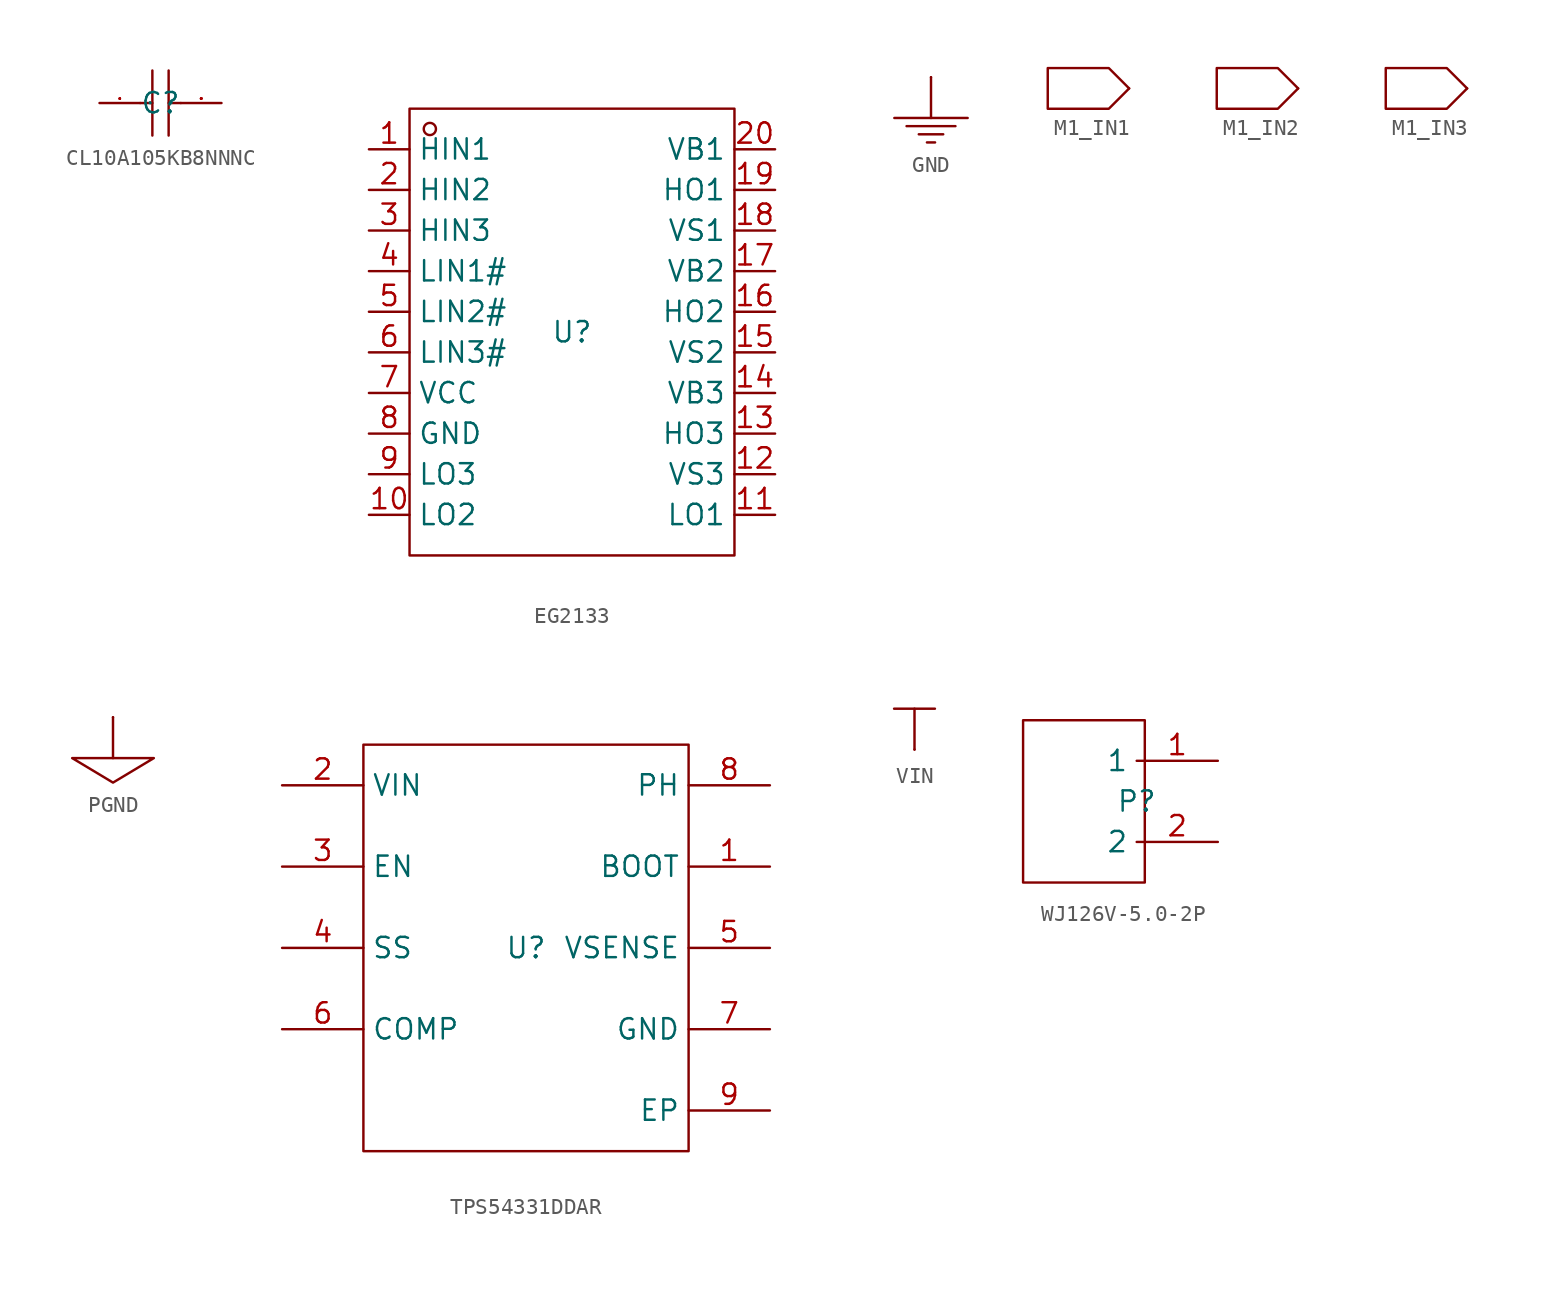
<source format=kicad_sym>
(kicad_symbol_lib
  (version 20231120)
  (generator "kicad_symbol_editor")
  (generator_version "8.0")
  (symbol "CL10A105KB8NNNC"
    (property "Reference" "C"
      (at 0 0 0)
      (effects (font (size 1.27 1.27))))
    (symbol "CL10A105KB8NNNC_1_0"
      (polyline (pts (xy -1.27 0) (xy -0.508 0)) (stroke (width 0) (type default)) (fill (type none)))
      (polyline (pts (xy -0.508 2.032) (xy -0.508 -2.032)) (stroke (width 0) (type default)) (fill (type none)))
      (polyline (pts (xy 0.508 0) (xy 1.27 0)) (stroke (width 0) (type default)) (fill (type none)))
      (polyline (pts (xy 0.508 2.032) (xy 0.508 -2.032)) (stroke (width 0) (type default)) (fill (type none)))
      (pin input line (at -3.81 0 0) (length 2.54) (name "1" (effects (font (size 0.025 0.025)))) (number "1" (effects (font (size 0.025 0.025)))))
      (pin input line (at 3.81 0 180) (length 2.54) (name "2" (effects (font (size 0.025 0.025)))) (number "2" (effects (font (size 0.025 0.025)))))))
  (symbol "EG2133"
    (property "Reference" "U"
      (at 0 0 0)
      (effects (font (size 1.27 1.27))))
    (property "Value" ""
      (at 0 0 0)
      (effects (font (size 1.27 1.27))))
    (symbol "EG2133_1_0"
      (rectangle (start -10.16 -13.97) (end 10.16 13.97) (stroke (width 0) (type default)) (fill (type none)))
      (circle (center -8.89 12.7) (radius 0.381) (stroke (width 0) (type default)) (fill (type none)))
      (pin input line (at -12.7 11.43 0) (length 2.54) (name "HIN1" (effects (font (size 1.27 1.27)))) (number "1" (effects (font (size 1.27 1.27)))))
      (pin input line (at -12.7 -11.43 0) (length 2.54) (name "LO2" (effects (font (size 1.27 1.27)))) (number "10" (effects (font (size 1.27 1.27)))))
      (pin input line (at 12.7 -11.43 180) (length 2.54) (name "LO1" (effects (font (size 1.27 1.27)))) (number "11" (effects (font (size 1.27 1.27)))))
      (pin input line (at 12.7 -8.89 180) (length 2.54) (name "VS3" (effects (font (size 1.27 1.27)))) (number "12" (effects (font (size 1.27 1.27)))))
      (pin input line (at 12.7 -6.35 180) (length 2.54) (name "HO3" (effects (font (size 1.27 1.27)))) (number "13" (effects (font (size 1.27 1.27)))))
      (pin input line (at 12.7 -3.81 180) (length 2.54) (name "VB3" (effects (font (size 1.27 1.27)))) (number "14" (effects (font (size 1.27 1.27)))))
      (pin input line (at 12.7 -1.27 180) (length 2.54) (name "VS2" (effects (font (size 1.27 1.27)))) (number "15" (effects (font (size 1.27 1.27)))))
      (pin input line (at 12.7 1.27 180) (length 2.54) (name "HO2" (effects (font (size 1.27 1.27)))) (number "16" (effects (font (size 1.27 1.27)))))
      (pin input line (at 12.7 3.81 180) (length 2.54) (name "VB2" (effects (font (size 1.27 1.27)))) (number "17" (effects (font (size 1.27 1.27)))))
      (pin input line (at 12.7 6.35 180) (length 2.54) (name "VS1" (effects (font (size 1.27 1.27)))) (number "18" (effects (font (size 1.27 1.27)))))
      (pin input line (at 12.7 8.89 180) (length 2.54) (name "HO1" (effects (font (size 1.27 1.27)))) (number "19" (effects (font (size 1.27 1.27)))))
      (pin input line (at -12.7 8.89 0) (length 2.54) (name "HIN2" (effects (font (size 1.27 1.27)))) (number "2" (effects (font (size 1.27 1.27)))))
      (pin input line (at 12.7 11.43 180) (length 2.54) (name "VB1" (effects (font (size 1.27 1.27)))) (number "20" (effects (font (size 1.27 1.27)))))
      (pin input line (at -12.7 6.35 0) (length 2.54) (name "HIN3" (effects (font (size 1.27 1.27)))) (number "3" (effects (font (size 1.27 1.27)))))
      (pin input line (at -12.7 3.81 0) (length 2.54) (name "LIN1#" (effects (font (size 1.27 1.27)))) (number "4" (effects (font (size 1.27 1.27)))))
      (pin input line (at -12.7 1.27 0) (length 2.54) (name "LIN2#" (effects (font (size 1.27 1.27)))) (number "5" (effects (font (size 1.27 1.27)))))
      (pin input line (at -12.7 -1.27 0) (length 2.54) (name "LIN3#" (effects (font (size 1.27 1.27)))) (number "6" (effects (font (size 1.27 1.27)))))
      (pin input line (at -12.7 -3.81 0) (length 2.54) (name "VCC" (effects (font (size 1.27 1.27)))) (number "7" (effects (font (size 1.27 1.27)))))
      (pin input line (at -12.7 -6.35 0) (length 2.54) (name "GND" (effects (font (size 1.27 1.27)))) (number "8" (effects (font (size 1.27 1.27)))))
      (pin input line (at -12.7 -8.89 0) (length 2.54) (name "LO3" (effects (font (size 1.27 1.27)))) (number "9" (effects (font (size 1.27 1.27)))))))
  (symbol "GND"
    (power)
    (pin_numbers hide)
    (pin_names hide)
    (property "Reference" "#PWR"
      (at 0 0 0)
      (effects (font (size 1.27 1.27)) (hide yes)))
    (symbol "GND_1_0"
      (polyline (pts (xy -2.286 -2.54) (xy 2.286 -2.54)) (stroke (width 0) (type default)) (fill (type none)))
      (polyline (pts (xy -1.524 -3.048) (xy 1.524 -3.048)) (stroke (width 0) (type default)) (fill (type none)))
      (polyline (pts (xy -0.762 -3.556) (xy 0.762 -3.556)) (stroke (width 0) (type default)) (fill (type none)))
      (polyline (pts (xy -0.254 -4.064) (xy 0.254 -4.064)) (stroke (width 0) (type default)) (fill (type none)))
      (polyline (pts (xy 0 -2.54) (xy 0 0)) (stroke (width 0) (type default)) (fill (type none)))
      (pin power_in line (at 0 0 0) (length 0) (name "" (effects (font (size 1.27 1.27)))) (number "" (effects (font (size 0.025 0.025)))))))
  (symbol "M1_IN1"
    (power)
    (pin_numbers hide)
    (pin_names hide)
    (property "Reference" "#PWR"
      (at 0 0 0)
      (effects (font (size 1.27 1.27)) (hide yes)))
    (property "Value" ""
      (at 0 0 0)
      (effects (font (size 1.27 1.27))))
    (symbol "M1_IN1_1_0"
      (polyline (pts (xy 0 0) (xy -1.27 -1.27) (xy -1.27 -1.27) (xy -5.08 -1.27) (xy -5.08 -1.27) (xy -5.08 1.27) (xy -5.08 1.27) (xy -1.27 1.27) (xy -1.27 1.27) (xy 0 0)) (stroke (width 0) (type default)) (fill (type none)))
      (pin input line (at 0 0 0) (length 0) (name "" (effects (font (size 0.025 0.025)))) (number "" (effects (font (size 0.025 0.025)))))))
  (symbol "M1_IN2"
    (power)
    (pin_numbers hide)
    (pin_names hide)
    (property "Reference" "#PWR"
      (at 0 0 0)
      (effects (font (size 1.27 1.27)) (hide yes)))
    (property "Value" ""
      (at 0 0 0)
      (effects (font (size 1.27 1.27))))
    (symbol "M1_IN2_1_0"
      (polyline (pts (xy 0 0) (xy -1.27 -1.27) (xy -1.27 -1.27) (xy -5.08 -1.27) (xy -5.08 -1.27) (xy -5.08 1.27) (xy -5.08 1.27) (xy -1.27 1.27) (xy -1.27 1.27) (xy 0 0)) (stroke (width 0) (type default)) (fill (type none)))
      (pin input line (at 0 0 0) (length 0) (name "" (effects (font (size 0.025 0.025)))) (number "" (effects (font (size 0.025 0.025)))))))
  (symbol "M1_IN3"
    (power)
    (pin_numbers hide)
    (pin_names hide)
    (property "Reference" "#PWR"
      (at 0 0 0)
      (effects (font (size 1.27 1.27)) (hide yes)))
    (property "Value" ""
      (at 0 0 0)
      (effects (font (size 1.27 1.27))))
    (symbol "M1_IN3_1_0"
      (polyline (pts (xy 0 0) (xy -1.27 -1.27) (xy -1.27 -1.27) (xy -5.08 -1.27) (xy -5.08 -1.27) (xy -5.08 1.27) (xy -5.08 1.27) (xy -1.27 1.27) (xy -1.27 1.27) (xy 0 0)) (stroke (width 0) (type default)) (fill (type none)))
      (pin input line (at 0 0 0) (length 0) (name "" (effects (font (size 0.025 0.025)))) (number "" (effects (font (size 0.025 0.025)))))))
  (symbol "PGND"
    (power)
    (pin_numbers hide)
    (pin_names hide)
    (property "Reference" "#PWR"
      (at 0 0 0)
      (effects (font (size 1.27 1.27)) (hide yes)))
    (property "Value" ""
      (at 0 0 0)
      (effects (font (size 1.27 1.27))))
    (symbol "PGND_1_0"
      (polyline (pts (xy 0 -2.54) (xy 0 0)) (stroke (width 0) (type default)) (fill (type none)))
      (polyline (pts (xy 0 -2.54) (xy 2.54 -2.54) (xy 2.54 -2.54) (xy 0 -4.064) (xy 0 -4.064) (xy -2.54 -2.54) (xy -2.54 -2.54) (xy 0 -2.54)) (stroke (width 0) (type default)) (fill (type none)))
      (pin input line (at 0 0 0) (length 0) (name "" (effects (font (size 0.025 0.025)))) (number "" (effects (font (size 0.025 0.025)))))))
  (symbol "TPS54331DDAR"
    (property "Reference" "U"
      (at 0 0 0)
      (effects (font (size 1.27 1.27))))
    (property "Value" ""
      (at 0 0 0)
      (effects (font (size 1.27 1.27))))
    (symbol "TPS54331DDAR_1_0"
      (rectangle (start -10.16 -12.7) (end 10.16 12.7) (stroke (width 0) (type default)) (fill (type none)))
      (pin input line (at 15.24 5.08 180) (length 5.08) (name "BOOT" (effects (font (size 1.27 1.27)))) (number "1" (effects (font (size 1.27 1.27)))))
      (pin input line (at -15.24 10.16 0) (length 5.08) (name "VIN" (effects (font (size 1.27 1.27)))) (number "2" (effects (font (size 1.27 1.27)))))
      (pin input line (at -15.24 5.08 0) (length 5.08) (name "EN" (effects (font (size 1.27 1.27)))) (number "3" (effects (font (size 1.27 1.27)))))
      (pin input line (at -15.24 0 0) (length 5.08) (name "SS" (effects (font (size 1.27 1.27)))) (number "4" (effects (font (size 1.27 1.27)))))
      (pin input line (at 15.24 0 180) (length 5.08) (name "VSENSE" (effects (font (size 1.27 1.27)))) (number "5" (effects (font (size 1.27 1.27)))))
      (pin input line (at -15.24 -5.08 0) (length 5.08) (name "COMP" (effects (font (size 1.27 1.27)))) (number "6" (effects (font (size 1.27 1.27)))))
      (pin input line (at 15.24 -5.08 180) (length 5.08) (name "GND" (effects (font (size 1.27 1.27)))) (number "7" (effects (font (size 1.27 1.27)))))
      (pin input line (at 15.24 10.16 180) (length 5.08) (name "PH" (effects (font (size 1.27 1.27)))) (number "8" (effects (font (size 1.27 1.27)))))
      (pin input line (at 15.24 -10.16 180) (length 5.08) (name "EP" (effects (font (size 1.27 1.27)))) (number "9" (effects (font (size 1.27 1.27)))))))
  (symbol "VIN"
    (power)
    (pin_numbers hide)
    (pin_names hide)
    (property "Reference" "#PWR"
      (at 0 0 0)
      (effects (font (size 1.27 1.27)) (hide yes)))
    (symbol "VIN_1_0"
      (polyline (pts (xy -1.27 2.54) (xy 1.27 2.54)) (stroke (width 0) (type default)) (fill (type none)))
      (polyline (pts (xy 0 2.54) (xy 0 0)) (stroke (width 0) (type default)) (fill (type none)))
      (pin power_in line (at 0 0 0) (length 0) (name "" (effects (font (size 1.27 1.27)))) (number "" (effects (font (size 0.025 0.025)))))))
  (symbol "WJ126V-5.0-2P"
    (property "Reference" "P"
      (at 0 0 0)
      (effects (font (size 1.27 1.27))))
    (property "Value" ""
      (at 0 0 0)
      (effects (font (size 1.27 1.27))))
    (symbol "WJ126V-5.0-2P_1_0"
      (rectangle (start -7.112 -5.08) (end 0.508 5.08) (stroke (width 0) (type default)) (fill (type none)))
      (pin input line (at 5.08 2.54 180) (length 5.08) (name "1" (effects (font (size 1.27 1.27)))) (number "1" (effects (font (size 1.27 1.27)))))
      (pin input line (at 5.08 -2.54 180) (length 5.08) (name "2" (effects (font (size 1.27 1.27)))) (number "2" (effects (font (size 1.27 1.27))))))))
</source>
